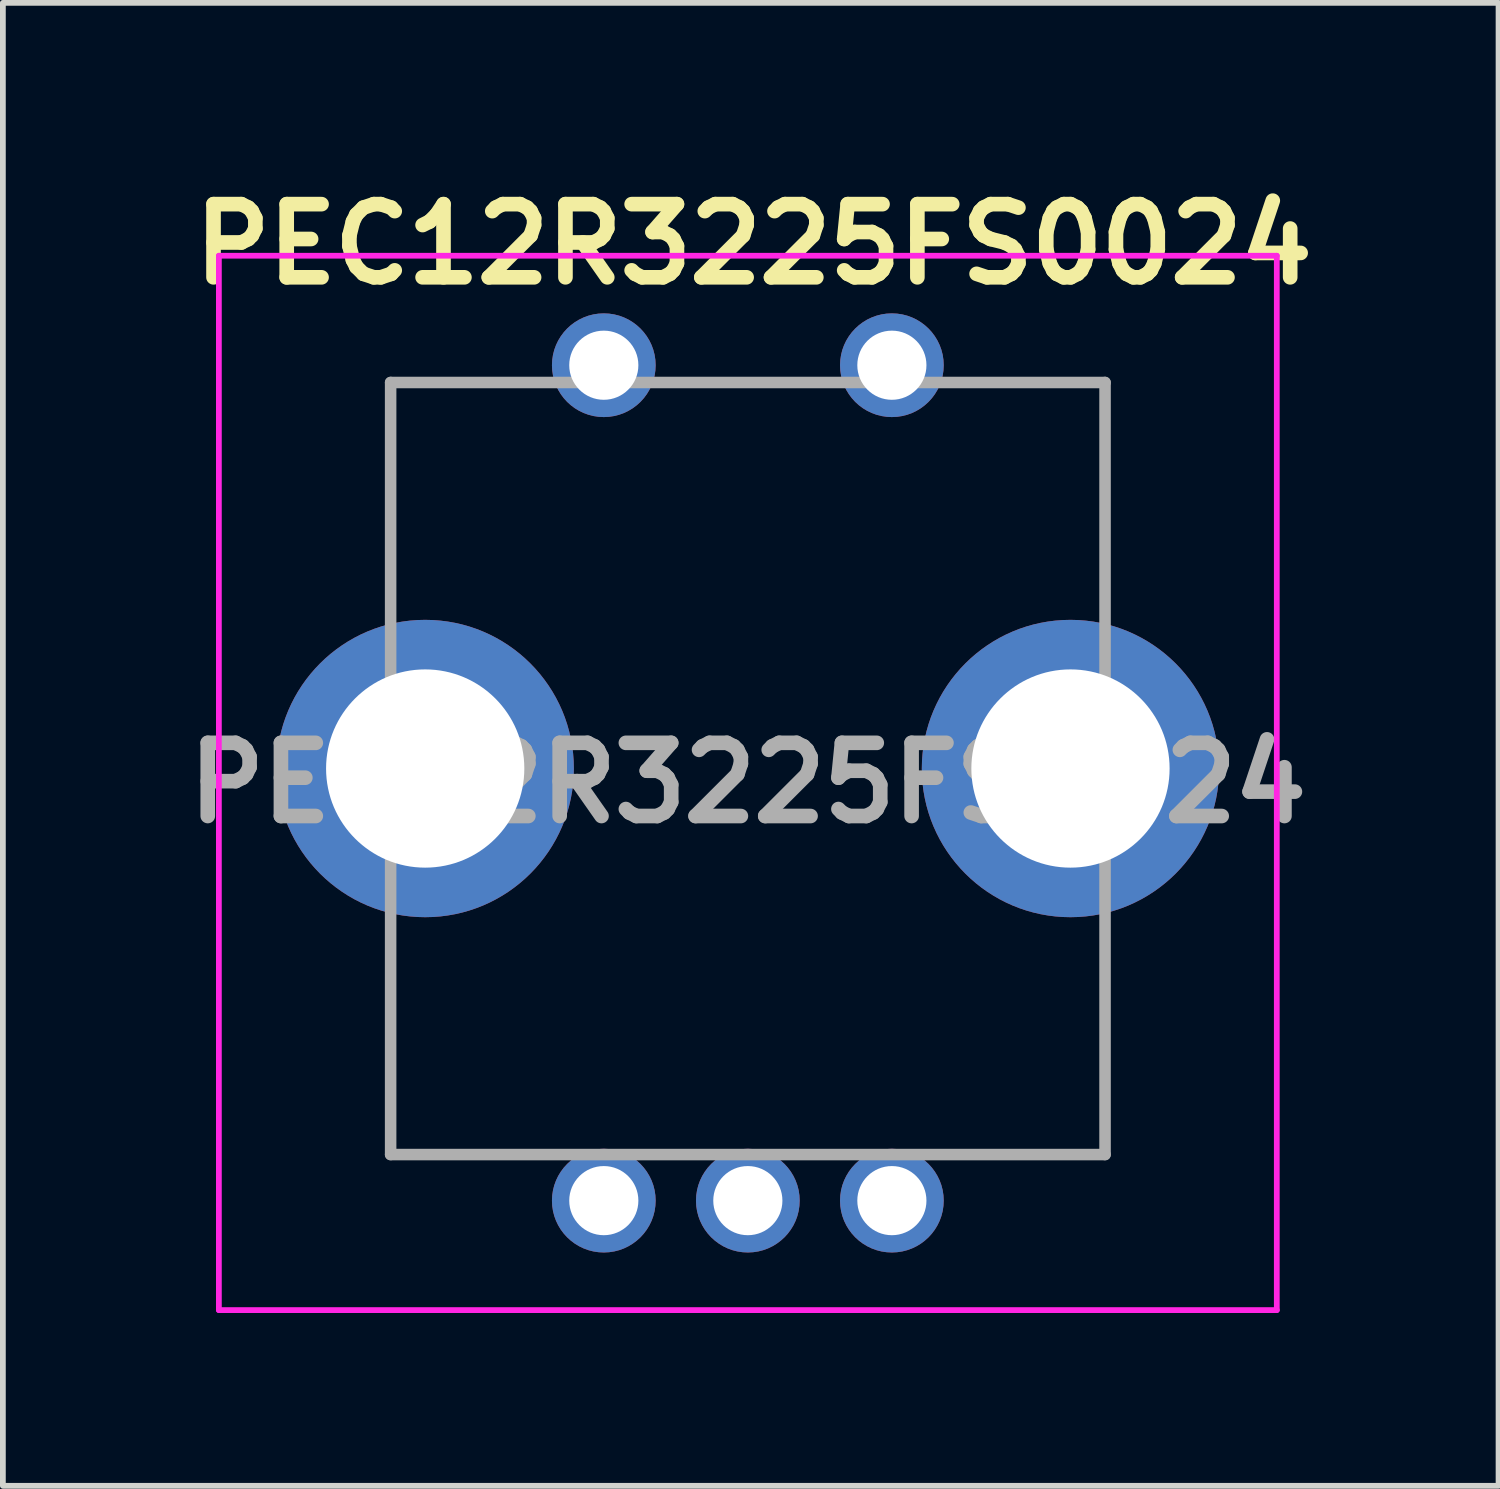
<source format=kicad_pcb>
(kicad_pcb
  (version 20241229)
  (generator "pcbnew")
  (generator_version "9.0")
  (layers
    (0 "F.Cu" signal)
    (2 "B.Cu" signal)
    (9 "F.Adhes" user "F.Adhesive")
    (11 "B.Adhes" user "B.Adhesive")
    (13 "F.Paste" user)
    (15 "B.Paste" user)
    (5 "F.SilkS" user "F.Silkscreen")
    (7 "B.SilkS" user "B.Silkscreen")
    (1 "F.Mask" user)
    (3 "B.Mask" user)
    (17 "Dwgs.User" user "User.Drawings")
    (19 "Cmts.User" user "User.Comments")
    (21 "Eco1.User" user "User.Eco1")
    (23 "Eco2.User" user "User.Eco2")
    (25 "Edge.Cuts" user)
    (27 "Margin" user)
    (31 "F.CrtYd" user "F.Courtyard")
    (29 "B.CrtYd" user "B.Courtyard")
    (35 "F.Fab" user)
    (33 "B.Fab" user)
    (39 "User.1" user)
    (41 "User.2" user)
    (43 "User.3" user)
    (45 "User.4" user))
  (footprint "PEC12R3225FS0024"
    (layer "F.Cu")
    (at 7.43 3.289)
    (property "Reference" "PEC12R3225FS0024" (at 2.6 -2.1 0) (layer "F.SilkS") (effects (font (size 1.27 1.27) (thickness 0.254))))
    (attr through_hole)
    (fp_line (start -3.7 0.3) (end -1.5 0.3) (stroke (width 0.1) (type solid)) (layer "F.SilkS"))
    (fp_line (start -3.7 4) (end -3.7 0.3) (stroke (width 0.1) (type solid)) (layer "F.SilkS"))
    (fp_line (start -3.7 10) (end -3.7 13.7) (stroke (width 0.1) (type solid)) (layer "F.SilkS"))
    (fp_line (start -3.7 13.7) (end -1.5 13.7) (stroke (width 0.1) (type solid)) (layer "F.SilkS"))
    (fp_line (start 8.7 0.3) (end 6.5 0.3) (stroke (width 0.1) (type solid)) (layer "F.SilkS"))
    (fp_line (start 8.7 4) (end 8.7 0.3) (stroke (width 0.1) (type solid)) (layer "F.SilkS"))
    (fp_line (start 8.7 10) (end 8.7 13.7) (stroke (width 0.1) (type solid)) (layer "F.SilkS"))
    (fp_line (start 8.7 13.7) (end 6.5 13.7) (stroke (width 0.1) (type solid)) (layer "F.SilkS"))
    (fp_line (start -6.681 -1.9) (end 11.681 -1.9) (stroke (width 0.1) (type solid)) (layer "F.CrtYd"))
    (fp_line (start -6.681 16.4) (end -6.681 -1.9) (stroke (width 0.1) (type solid)) (layer "F.CrtYd"))
    (fp_line (start 11.681 -1.9) (end 11.681 16.4) (stroke (width 0.1) (type solid)) (layer "F.CrtYd"))
    (fp_line (start 11.681 16.4) (end -6.681 16.4) (stroke (width 0.1) (type solid)) (layer "F.CrtYd"))
    (fp_line (start -3.7 0.3) (end 8.7 0.3) (stroke (width 0.2) (type solid)) (layer "F.Fab"))
    (fp_line (start -3.7 13.7) (end -3.7 0.3) (stroke (width 0.2) (type solid)) (layer "F.Fab"))
    (fp_line (start 8.7 0.3) (end 8.7 13.7) (stroke (width 0.2) (type solid)) (layer "F.Fab"))
    (fp_line (start 8.7 13.7) (end -3.7 13.7) (stroke (width 0.2) (type solid)) (layer "F.Fab"))
    (fp_text user "${REFERENCE}" (at 2.5 7.25 0) (layer "F.Fab") (effects (font (size 1.27 1.27) (thickness 0.254))))
    (pad "1" thru_hole circle (at 0 0) (size 1.8 1.8) (drill 1.2) (layers "*.Cu" "*.Mask"))
    (pad "2" thru_hole circle (at 5 0) (size 1.8 1.8) (drill 1.2) (layers "*.Cu" "*.Mask"))
    (pad "A1" thru_hole circle (at 0 14.5) (size 1.8 1.8) (drill 1.2) (layers "*.Cu" "*.Mask"))
    (pad "B1" thru_hole circle (at 5 14.5) (size 1.8 1.8) (drill 1.2) (layers "*.Cu" "*.Mask"))
    (pad "C1" thru_hole circle (at 2.5 14.5) (size 1.8 1.8) (drill 1.2) (layers "*.Cu" "*.Mask"))
    (pad "MH1" thru_hole circle (at -3.1 7) (size 5.161 5.161) (drill 3.441) (layers "*.Cu" "*.Mask"))
    (pad "MH2" thru_hole circle (at 8.1 7) (size 5.161 5.161) (drill 3.441) (layers "*.Cu" "*.Mask")))
  (gr_rect
    (start -3 -3)
    (end 22.96 22.739)
    (stroke (width 0.1) (type default))
    (fill no)
    (layer "Edge.Cuts")))
</source>
